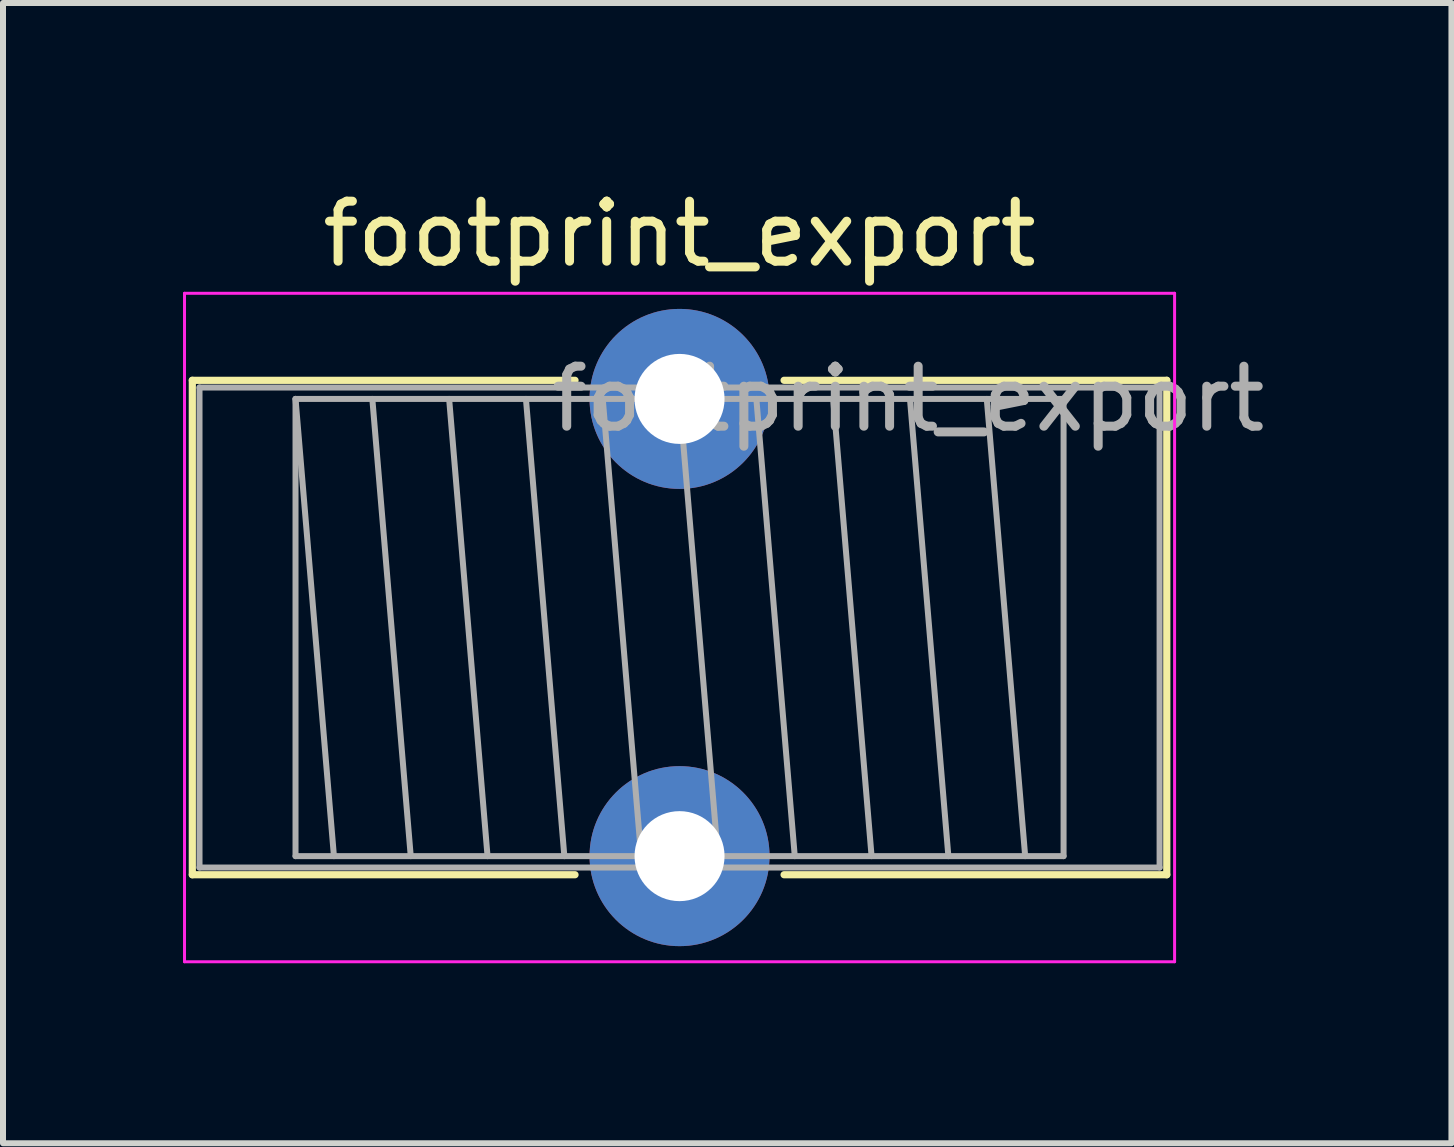
<source format=kicad_pcb>
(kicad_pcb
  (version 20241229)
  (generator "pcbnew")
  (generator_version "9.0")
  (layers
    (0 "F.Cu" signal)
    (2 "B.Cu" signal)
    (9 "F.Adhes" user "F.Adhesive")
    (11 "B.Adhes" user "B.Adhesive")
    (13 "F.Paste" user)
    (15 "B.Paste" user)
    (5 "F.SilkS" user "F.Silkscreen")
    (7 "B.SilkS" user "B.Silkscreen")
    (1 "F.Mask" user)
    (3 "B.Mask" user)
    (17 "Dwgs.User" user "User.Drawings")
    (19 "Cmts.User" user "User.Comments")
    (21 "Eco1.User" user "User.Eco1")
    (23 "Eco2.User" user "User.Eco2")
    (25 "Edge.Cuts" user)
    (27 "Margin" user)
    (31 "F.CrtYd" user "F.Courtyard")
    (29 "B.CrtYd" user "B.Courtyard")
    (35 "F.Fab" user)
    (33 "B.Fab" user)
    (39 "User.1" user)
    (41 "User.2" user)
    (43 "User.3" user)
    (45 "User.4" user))
  (footprint "footprint_export"
    (layer "F.Cu")
    (at 8.275 3.598)
    (property "Reference" "footprint_export" (at 0 -2.75 0) (layer "F.SilkS") (effects (font (size 1 1) (thickness 0.15))))
    (attr through_hole)
    (fp_line (start -8.12 -0.31) (end -8.12 7.93) (stroke (width 0.12) (type solid)) (layer "F.SilkS"))
    (fp_line (start -8.12 -0.31) (end -1.742 -0.31) (stroke (width 0.12) (type solid)) (layer "F.SilkS"))
    (fp_line (start -8.12 7.93) (end -1.742 7.93) (stroke (width 0.12) (type solid)) (layer "F.SilkS"))
    (fp_line (start 1.742 -0.31) (end 8.12 -0.31) (stroke (width 0.12) (type solid)) (layer "F.SilkS"))
    (fp_line (start 1.742 7.93) (end 8.12 7.93) (stroke (width 0.12) (type solid)) (layer "F.SilkS"))
    (fp_line (start 8.12 -0.31) (end 8.12 7.93) (stroke (width 0.12) (type solid)) (layer "F.SilkS"))
    (fp_line (start -8.25 -1.76) (end -8.25 9.38) (stroke (width 0.05) (type solid)) (layer "F.CrtYd"))
    (fp_line (start -8.25 9.38) (end 8.25 9.38) (stroke (width 0.05) (type solid)) (layer "F.CrtYd"))
    (fp_line (start 8.25 -1.76) (end -8.25 -1.76) (stroke (width 0.05) (type solid)) (layer "F.CrtYd"))
    (fp_line (start 8.25 9.38) (end 8.25 -1.76) (stroke (width 0.05) (type solid)) (layer "F.CrtYd"))
    (fp_line (start -8 -0.19) (end -8 7.81) (stroke (width 0.1) (type solid)) (layer "F.Fab"))
    (fp_line (start -8 7.81) (end 8 7.81) (stroke (width 0.1) (type solid)) (layer "F.Fab"))
    (fp_line (start -6.4 0) (end -6.4 7.62) (stroke (width 0.1) (type solid)) (layer "F.Fab"))
    (fp_line (start -6.4 0) (end -5.76 7.62) (stroke (width 0.1) (type solid)) (layer "F.Fab"))
    (fp_line (start -6.4 7.62) (end 6.4 7.62) (stroke (width 0.1) (type solid)) (layer "F.Fab"))
    (fp_line (start -5.12 0) (end -4.48 7.62) (stroke (width 0.1) (type solid)) (layer "F.Fab"))
    (fp_line (start -3.84 0) (end -3.2 7.62) (stroke (width 0.1) (type solid)) (layer "F.Fab"))
    (fp_line (start -2.56 0) (end -1.92 7.62) (stroke (width 0.1) (type solid)) (layer "F.Fab"))
    (fp_line (start -1.28 0) (end -0.64 7.62) (stroke (width 0.1) (type solid)) (layer "F.Fab"))
    (fp_line (start 0 0) (end 0.64 7.62) (stroke (width 0.1) (type solid)) (layer "F.Fab"))
    (fp_line (start 1.28 0) (end 1.92 7.62) (stroke (width 0.1) (type solid)) (layer "F.Fab"))
    (fp_line (start 2.56 0) (end 3.2 7.62) (stroke (width 0.1) (type solid)) (layer "F.Fab"))
    (fp_line (start 3.84 0) (end 4.48 7.62) (stroke (width 0.1) (type solid)) (layer "F.Fab"))
    (fp_line (start 5.12 0) (end 5.76 7.62) (stroke (width 0.1) (type solid)) (layer "F.Fab"))
    (fp_line (start 6.4 0) (end -6.4 0) (stroke (width 0.1) (type solid)) (layer "F.Fab"))
    (fp_line (start 6.4 7.62) (end 6.4 0) (stroke (width 0.1) (type solid)) (layer "F.Fab"))
    (fp_line (start 8 -0.19) (end -8 -0.19) (stroke (width 0.1) (type solid)) (layer "F.Fab"))
    (fp_line (start 8 7.81) (end 8 -0.19) (stroke (width 0.1) (type solid)) (layer "F.Fab"))
    (fp_text user "${REFERENCE}" (at 3.81 0 0) (layer "F.Fab") (effects (font (size 1 1) (thickness 0.15))))
    (pad "1" thru_hole circle (at 0 0) (size 3 3) (drill 1.5) (layers "*.Cu" "*.Mask"))
    (pad "2" thru_hole circle (at 0 7.62) (size 3 3) (drill 1.5) (layers "*.Cu" "*.Mask")))
  (gr_rect
    (start -3 -3)
    (end 21.139 16.003)
    (stroke (width 0.1) (type default))
    (fill no)
    (layer "Edge.Cuts")))
</source>
